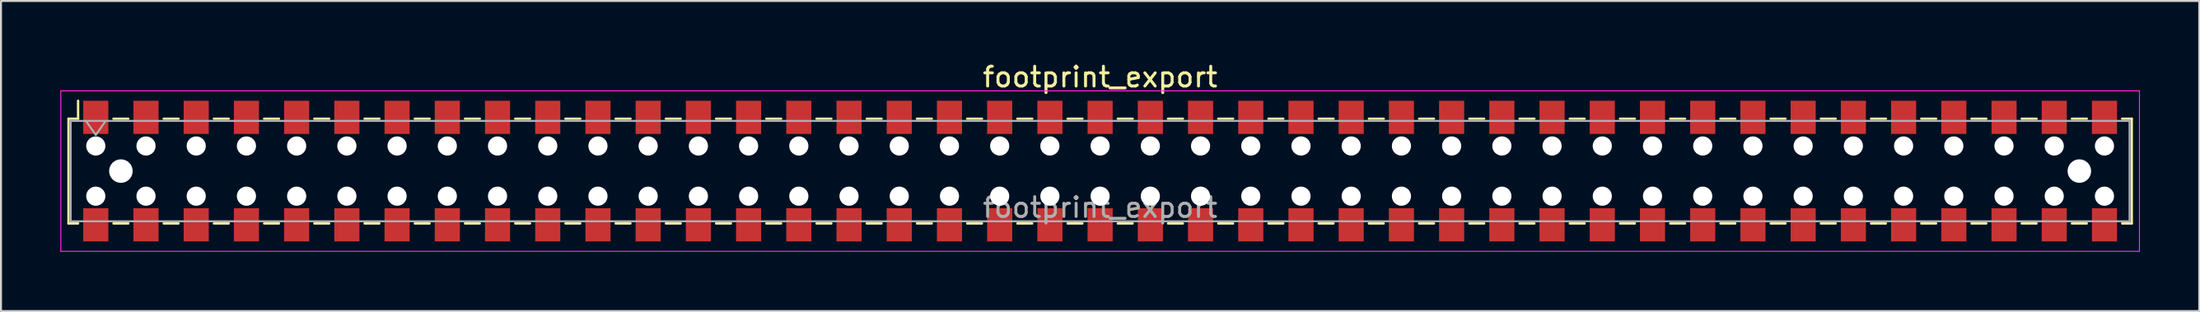
<source format=kicad_pcb>
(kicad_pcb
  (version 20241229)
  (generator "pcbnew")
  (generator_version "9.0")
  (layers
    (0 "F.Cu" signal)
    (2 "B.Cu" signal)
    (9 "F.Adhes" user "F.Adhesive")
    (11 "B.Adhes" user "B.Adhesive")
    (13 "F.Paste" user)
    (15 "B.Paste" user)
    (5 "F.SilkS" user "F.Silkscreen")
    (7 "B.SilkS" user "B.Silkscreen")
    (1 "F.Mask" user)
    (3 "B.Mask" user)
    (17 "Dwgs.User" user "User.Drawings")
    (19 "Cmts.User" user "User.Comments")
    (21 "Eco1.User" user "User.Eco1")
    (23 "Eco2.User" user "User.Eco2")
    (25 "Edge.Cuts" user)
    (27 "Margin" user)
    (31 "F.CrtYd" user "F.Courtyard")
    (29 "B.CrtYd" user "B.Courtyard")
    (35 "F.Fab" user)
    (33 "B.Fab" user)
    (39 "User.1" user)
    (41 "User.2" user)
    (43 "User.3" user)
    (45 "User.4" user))
  (footprint "footprint_export"
    (layer "F.Cu")
    (at 52.595 5.608)
    (property "Reference" "footprint_export" (at 0 -4.76 0) (layer "F.SilkS") (effects (font (size 1 1) (thickness 0.15))))
    (attr smd)
    (fp_line (start -52.18 -2.65) (end -52.18 2.65) (stroke (width 0.12) (type solid)) (layer "F.SilkS"))
    (fp_line (start -52.18 2.65) (end -51.695 2.65) (stroke (width 0.12) (type solid)) (layer "F.SilkS"))
    (fp_line (start -51.695 -3.56) (end -51.695 -2.65) (stroke (width 0.12) (type solid)) (layer "F.SilkS"))
    (fp_line (start -51.695 -2.65) (end -52.18 -2.65) (stroke (width 0.12) (type solid)) (layer "F.SilkS"))
    (fp_line (start -49.905 -2.65) (end -49.155 -2.65) (stroke (width 0.12) (type solid)) (layer "F.SilkS"))
    (fp_line (start -49.905 2.65) (end -49.155 2.65) (stroke (width 0.12) (type solid)) (layer "F.SilkS"))
    (fp_line (start -47.365 -2.65) (end -46.615 -2.65) (stroke (width 0.12) (type solid)) (layer "F.SilkS"))
    (fp_line (start -47.365 2.65) (end -46.615 2.65) (stroke (width 0.12) (type solid)) (layer "F.SilkS"))
    (fp_line (start -44.825 -2.65) (end -44.075 -2.65) (stroke (width 0.12) (type solid)) (layer "F.SilkS"))
    (fp_line (start -44.825 2.65) (end -44.075 2.65) (stroke (width 0.12) (type solid)) (layer "F.SilkS"))
    (fp_line (start -42.285 -2.65) (end -41.535 -2.65) (stroke (width 0.12) (type solid)) (layer "F.SilkS"))
    (fp_line (start -42.285 2.65) (end -41.535 2.65) (stroke (width 0.12) (type solid)) (layer "F.SilkS"))
    (fp_line (start -39.745 -2.65) (end -38.995 -2.65) (stroke (width 0.12) (type solid)) (layer "F.SilkS"))
    (fp_line (start -39.745 2.65) (end -38.995 2.65) (stroke (width 0.12) (type solid)) (layer "F.SilkS"))
    (fp_line (start -37.205 -2.65) (end -36.455 -2.65) (stroke (width 0.12) (type solid)) (layer "F.SilkS"))
    (fp_line (start -37.205 2.65) (end -36.455 2.65) (stroke (width 0.12) (type solid)) (layer "F.SilkS"))
    (fp_line (start -34.665 -2.65) (end -33.915 -2.65) (stroke (width 0.12) (type solid)) (layer "F.SilkS"))
    (fp_line (start -34.665 2.65) (end -33.915 2.65) (stroke (width 0.12) (type solid)) (layer "F.SilkS"))
    (fp_line (start -32.125 -2.65) (end -31.375 -2.65) (stroke (width 0.12) (type solid)) (layer "F.SilkS"))
    (fp_line (start -32.125 2.65) (end -31.375 2.65) (stroke (width 0.12) (type solid)) (layer "F.SilkS"))
    (fp_line (start -29.585 -2.65) (end -28.835 -2.65) (stroke (width 0.12) (type solid)) (layer "F.SilkS"))
    (fp_line (start -29.585 2.65) (end -28.835 2.65) (stroke (width 0.12) (type solid)) (layer "F.SilkS"))
    (fp_line (start -27.045 -2.65) (end -26.295 -2.65) (stroke (width 0.12) (type solid)) (layer "F.SilkS"))
    (fp_line (start -27.045 2.65) (end -26.295 2.65) (stroke (width 0.12) (type solid)) (layer "F.SilkS"))
    (fp_line (start -24.505 -2.65) (end -23.755 -2.65) (stroke (width 0.12) (type solid)) (layer "F.SilkS"))
    (fp_line (start -24.505 2.65) (end -23.755 2.65) (stroke (width 0.12) (type solid)) (layer "F.SilkS"))
    (fp_line (start -21.965 -2.65) (end -21.215 -2.65) (stroke (width 0.12) (type solid)) (layer "F.SilkS"))
    (fp_line (start -21.965 2.65) (end -21.215 2.65) (stroke (width 0.12) (type solid)) (layer "F.SilkS"))
    (fp_line (start -19.425 -2.65) (end -18.675 -2.65) (stroke (width 0.12) (type solid)) (layer "F.SilkS"))
    (fp_line (start -19.425 2.65) (end -18.675 2.65) (stroke (width 0.12) (type solid)) (layer "F.SilkS"))
    (fp_line (start -16.885 -2.65) (end -16.135 -2.65) (stroke (width 0.12) (type solid)) (layer "F.SilkS"))
    (fp_line (start -16.885 2.65) (end -16.135 2.65) (stroke (width 0.12) (type solid)) (layer "F.SilkS"))
    (fp_line (start -14.345 -2.65) (end -13.595 -2.65) (stroke (width 0.12) (type solid)) (layer "F.SilkS"))
    (fp_line (start -14.345 2.65) (end -13.595 2.65) (stroke (width 0.12) (type solid)) (layer "F.SilkS"))
    (fp_line (start -11.805 -2.65) (end -11.055 -2.65) (stroke (width 0.12) (type solid)) (layer "F.SilkS"))
    (fp_line (start -11.805 2.65) (end -11.055 2.65) (stroke (width 0.12) (type solid)) (layer "F.SilkS"))
    (fp_line (start -9.265 -2.65) (end -8.515 -2.65) (stroke (width 0.12) (type solid)) (layer "F.SilkS"))
    (fp_line (start -9.265 2.65) (end -8.515 2.65) (stroke (width 0.12) (type solid)) (layer "F.SilkS"))
    (fp_line (start -6.725 -2.65) (end -5.975 -2.65) (stroke (width 0.12) (type solid)) (layer "F.SilkS"))
    (fp_line (start -6.725 2.65) (end -5.975 2.65) (stroke (width 0.12) (type solid)) (layer "F.SilkS"))
    (fp_line (start -4.185 -2.65) (end -3.435 -2.65) (stroke (width 0.12) (type solid)) (layer "F.SilkS"))
    (fp_line (start -4.185 2.65) (end -3.435 2.65) (stroke (width 0.12) (type solid)) (layer "F.SilkS"))
    (fp_line (start -1.645 -2.65) (end -0.895 -2.65) (stroke (width 0.12) (type solid)) (layer "F.SilkS"))
    (fp_line (start -1.645 2.65) (end -0.895 2.65) (stroke (width 0.12) (type solid)) (layer "F.SilkS"))
    (fp_line (start 0.895 -2.65) (end 1.645 -2.65) (stroke (width 0.12) (type solid)) (layer "F.SilkS"))
    (fp_line (start 0.895 2.65) (end 1.645 2.65) (stroke (width 0.12) (type solid)) (layer "F.SilkS"))
    (fp_line (start 3.435 -2.65) (end 4.185 -2.65) (stroke (width 0.12) (type solid)) (layer "F.SilkS"))
    (fp_line (start 3.435 2.65) (end 4.185 2.65) (stroke (width 0.12) (type solid)) (layer "F.SilkS"))
    (fp_line (start 5.975 -2.65) (end 6.725 -2.65) (stroke (width 0.12) (type solid)) (layer "F.SilkS"))
    (fp_line (start 5.975 2.65) (end 6.725 2.65) (stroke (width 0.12) (type solid)) (layer "F.SilkS"))
    (fp_line (start 8.515 -2.65) (end 9.265 -2.65) (stroke (width 0.12) (type solid)) (layer "F.SilkS"))
    (fp_line (start 8.515 2.65) (end 9.265 2.65) (stroke (width 0.12) (type solid)) (layer "F.SilkS"))
    (fp_line (start 11.055 -2.65) (end 11.805 -2.65) (stroke (width 0.12) (type solid)) (layer "F.SilkS"))
    (fp_line (start 11.055 2.65) (end 11.805 2.65) (stroke (width 0.12) (type solid)) (layer "F.SilkS"))
    (fp_line (start 13.595 -2.65) (end 14.345 -2.65) (stroke (width 0.12) (type solid)) (layer "F.SilkS"))
    (fp_line (start 13.595 2.65) (end 14.345 2.65) (stroke (width 0.12) (type solid)) (layer "F.SilkS"))
    (fp_line (start 16.135 -2.65) (end 16.885 -2.65) (stroke (width 0.12) (type solid)) (layer "F.SilkS"))
    (fp_line (start 16.135 2.65) (end 16.885 2.65) (stroke (width 0.12) (type solid)) (layer "F.SilkS"))
    (fp_line (start 18.675 -2.65) (end 19.425 -2.65) (stroke (width 0.12) (type solid)) (layer "F.SilkS"))
    (fp_line (start 18.675 2.65) (end 19.425 2.65) (stroke (width 0.12) (type solid)) (layer "F.SilkS"))
    (fp_line (start 21.215 -2.65) (end 21.965 -2.65) (stroke (width 0.12) (type solid)) (layer "F.SilkS"))
    (fp_line (start 21.215 2.65) (end 21.965 2.65) (stroke (width 0.12) (type solid)) (layer "F.SilkS"))
    (fp_line (start 23.755 -2.65) (end 24.505 -2.65) (stroke (width 0.12) (type solid)) (layer "F.SilkS"))
    (fp_line (start 23.755 2.65) (end 24.505 2.65) (stroke (width 0.12) (type solid)) (layer "F.SilkS"))
    (fp_line (start 26.295 -2.65) (end 27.045 -2.65) (stroke (width 0.12) (type solid)) (layer "F.SilkS"))
    (fp_line (start 26.295 2.65) (end 27.045 2.65) (stroke (width 0.12) (type solid)) (layer "F.SilkS"))
    (fp_line (start 28.835 -2.65) (end 29.585 -2.65) (stroke (width 0.12) (type solid)) (layer "F.SilkS"))
    (fp_line (start 28.835 2.65) (end 29.585 2.65) (stroke (width 0.12) (type solid)) (layer "F.SilkS"))
    (fp_line (start 31.375 -2.65) (end 32.125 -2.65) (stroke (width 0.12) (type solid)) (layer "F.SilkS"))
    (fp_line (start 31.375 2.65) (end 32.125 2.65) (stroke (width 0.12) (type solid)) (layer "F.SilkS"))
    (fp_line (start 33.915 -2.65) (end 34.665 -2.65) (stroke (width 0.12) (type solid)) (layer "F.SilkS"))
    (fp_line (start 33.915 2.65) (end 34.665 2.65) (stroke (width 0.12) (type solid)) (layer "F.SilkS"))
    (fp_line (start 36.455 -2.65) (end 37.205 -2.65) (stroke (width 0.12) (type solid)) (layer "F.SilkS"))
    (fp_line (start 36.455 2.65) (end 37.205 2.65) (stroke (width 0.12) (type solid)) (layer "F.SilkS"))
    (fp_line (start 38.995 -2.65) (end 39.745 -2.65) (stroke (width 0.12) (type solid)) (layer "F.SilkS"))
    (fp_line (start 38.995 2.65) (end 39.745 2.65) (stroke (width 0.12) (type solid)) (layer "F.SilkS"))
    (fp_line (start 41.535 -2.65) (end 42.285 -2.65) (stroke (width 0.12) (type solid)) (layer "F.SilkS"))
    (fp_line (start 41.535 2.65) (end 42.285 2.65) (stroke (width 0.12) (type solid)) (layer "F.SilkS"))
    (fp_line (start 44.075 -2.65) (end 44.825 -2.65) (stroke (width 0.12) (type solid)) (layer "F.SilkS"))
    (fp_line (start 44.075 2.65) (end 44.825 2.65) (stroke (width 0.12) (type solid)) (layer "F.SilkS"))
    (fp_line (start 46.615 -2.65) (end 47.365 -2.65) (stroke (width 0.12) (type solid)) (layer "F.SilkS"))
    (fp_line (start 46.615 2.65) (end 47.365 2.65) (stroke (width 0.12) (type solid)) (layer "F.SilkS"))
    (fp_line (start 49.155 -2.65) (end 49.905 -2.65) (stroke (width 0.12) (type solid)) (layer "F.SilkS"))
    (fp_line (start 49.155 2.65) (end 49.905 2.65) (stroke (width 0.12) (type solid)) (layer "F.SilkS"))
    (fp_line (start 51.695 -2.65) (end 52.18 -2.65) (stroke (width 0.12) (type solid)) (layer "F.SilkS"))
    (fp_line (start 52.18 -2.65) (end 52.18 2.65) (stroke (width 0.12) (type solid)) (layer "F.SilkS"))
    (fp_line (start 52.18 2.65) (end 51.695 2.65) (stroke (width 0.12) (type solid)) (layer "F.SilkS"))
    (fp_line (start -52.57 -4.06) (end 52.57 -4.06) (stroke (width 0.05) (type solid)) (layer "F.CrtYd"))
    (fp_line (start -52.57 4.06) (end -52.57 -4.06) (stroke (width 0.05) (type solid)) (layer "F.CrtYd"))
    (fp_line (start 52.57 -4.06) (end 52.57 4.06) (stroke (width 0.05) (type solid)) (layer "F.CrtYd"))
    (fp_line (start 52.57 4.06) (end -52.57 4.06) (stroke (width 0.05) (type solid)) (layer "F.CrtYd"))
    (fp_line (start -52.07 -2.54) (end 52.07 -2.54) (stroke (width 0.1) (type solid)) (layer "F.Fab"))
    (fp_line (start -52.07 2.54) (end -52.07 -2.54) (stroke (width 0.1) (type solid)) (layer "F.Fab"))
    (fp_line (start -51.3 -2.54) (end -50.8 -1.833) (stroke (width 0.1) (type solid)) (layer "F.Fab"))
    (fp_line (start -50.8 -1.833) (end -50.3 -2.54) (stroke (width 0.1) (type solid)) (layer "F.Fab"))
    (fp_line (start 52.07 -2.54) (end 52.07 2.54) (stroke (width 0.1) (type solid)) (layer "F.Fab"))
    (fp_line (start 52.07 2.54) (end -52.07 2.54) (stroke (width 0.1) (type solid)) (layer "F.Fab"))
    (fp_text user "${REFERENCE}" (at 0 1.84 0) (layer "F.Fab") (effects (font (size 1 1) (thickness 0.15))))
    (pad "" np_thru_hole circle (at -50.8 -1.27) (size 0.97 0.97) (drill 0.97) (layers "*.Cu" "*.Mask"))
    (pad "" np_thru_hole circle (at -50.8 1.27) (size 0.97 0.97) (drill 0.97) (layers "*.Cu" "*.Mask"))
    (pad "" np_thru_hole circle (at -49.53 0) (size 1.19 1.19) (drill 1.19) (layers "*.Cu" "*.Mask"))
    (pad "" np_thru_hole circle (at -48.26 -1.27) (size 0.97 0.97) (drill 0.97) (layers "*.Cu" "*.Mask"))
    (pad "" np_thru_hole circle (at -48.26 1.27) (size 0.97 0.97) (drill 0.97) (layers "*.Cu" "*.Mask"))
    (pad "" np_thru_hole circle (at -45.72 -1.27) (size 0.97 0.97) (drill 0.97) (layers "*.Cu" "*.Mask"))
    (pad "" np_thru_hole circle (at -45.72 1.27) (size 0.97 0.97) (drill 0.97) (layers "*.Cu" "*.Mask"))
    (pad "" np_thru_hole circle (at -43.18 -1.27) (size 0.97 0.97) (drill 0.97) (layers "*.Cu" "*.Mask"))
    (pad "" np_thru_hole circle (at -43.18 1.27) (size 0.97 0.97) (drill 0.97) (layers "*.Cu" "*.Mask"))
    (pad "" np_thru_hole circle (at -40.64 -1.27) (size 0.97 0.97) (drill 0.97) (layers "*.Cu" "*.Mask"))
    (pad "" np_thru_hole circle (at -40.64 1.27) (size 0.97 0.97) (drill 0.97) (layers "*.Cu" "*.Mask"))
    (pad "" np_thru_hole circle (at -38.1 -1.27) (size 0.97 0.97) (drill 0.97) (layers "*.Cu" "*.Mask"))
    (pad "" np_thru_hole circle (at -38.1 1.27) (size 0.97 0.97) (drill 0.97) (layers "*.Cu" "*.Mask"))
    (pad "" np_thru_hole circle (at -35.56 -1.27) (size 0.97 0.97) (drill 0.97) (layers "*.Cu" "*.Mask"))
    (pad "" np_thru_hole circle (at -35.56 1.27) (size 0.97 0.97) (drill 0.97) (layers "*.Cu" "*.Mask"))
    (pad "" np_thru_hole circle (at -33.02 -1.27) (size 0.97 0.97) (drill 0.97) (layers "*.Cu" "*.Mask"))
    (pad "" np_thru_hole circle (at -33.02 1.27) (size 0.97 0.97) (drill 0.97) (layers "*.Cu" "*.Mask"))
    (pad "" np_thru_hole circle (at -30.48 -1.27) (size 0.97 0.97) (drill 0.97) (layers "*.Cu" "*.Mask"))
    (pad "" np_thru_hole circle (at -30.48 1.27) (size 0.97 0.97) (drill 0.97) (layers "*.Cu" "*.Mask"))
    (pad "" np_thru_hole circle (at -27.94 -1.27) (size 0.97 0.97) (drill 0.97) (layers "*.Cu" "*.Mask"))
    (pad "" np_thru_hole circle (at -27.94 1.27) (size 0.97 0.97) (drill 0.97) (layers "*.Cu" "*.Mask"))
    (pad "" np_thru_hole circle (at -25.4 -1.27) (size 0.97 0.97) (drill 0.97) (layers "*.Cu" "*.Mask"))
    (pad "" np_thru_hole circle (at -25.4 1.27) (size 0.97 0.97) (drill 0.97) (layers "*.Cu" "*.Mask"))
    (pad "" np_thru_hole circle (at -22.86 -1.27) (size 0.97 0.97) (drill 0.97) (layers "*.Cu" "*.Mask"))
    (pad "" np_thru_hole circle (at -22.86 1.27) (size 0.97 0.97) (drill 0.97) (layers "*.Cu" "*.Mask"))
    (pad "" np_thru_hole circle (at -20.32 -1.27) (size 0.97 0.97) (drill 0.97) (layers "*.Cu" "*.Mask"))
    (pad "" np_thru_hole circle (at -20.32 1.27) (size 0.97 0.97) (drill 0.97) (layers "*.Cu" "*.Mask"))
    (pad "" np_thru_hole circle (at -17.78 -1.27) (size 0.97 0.97) (drill 0.97) (layers "*.Cu" "*.Mask"))
    (pad "" np_thru_hole circle (at -17.78 1.27) (size 0.97 0.97) (drill 0.97) (layers "*.Cu" "*.Mask"))
    (pad "" np_thru_hole circle (at -15.24 -1.27) (size 0.97 0.97) (drill 0.97) (layers "*.Cu" "*.Mask"))
    (pad "" np_thru_hole circle (at -15.24 1.27) (size 0.97 0.97) (drill 0.97) (layers "*.Cu" "*.Mask"))
    (pad "" np_thru_hole circle (at -12.7 -1.27) (size 0.97 0.97) (drill 0.97) (layers "*.Cu" "*.Mask"))
    (pad "" np_thru_hole circle (at -12.7 1.27) (size 0.97 0.97) (drill 0.97) (layers "*.Cu" "*.Mask"))
    (pad "" np_thru_hole circle (at -10.16 -1.27) (size 0.97 0.97) (drill 0.97) (layers "*.Cu" "*.Mask"))
    (pad "" np_thru_hole circle (at -10.16 1.27) (size 0.97 0.97) (drill 0.97) (layers "*.Cu" "*.Mask"))
    (pad "" np_thru_hole circle (at -7.62 -1.27) (size 0.97 0.97) (drill 0.97) (layers "*.Cu" "*.Mask"))
    (pad "" np_thru_hole circle (at -7.62 1.27) (size 0.97 0.97) (drill 0.97) (layers "*.Cu" "*.Mask"))
    (pad "" np_thru_hole circle (at -5.08 -1.27) (size 0.97 0.97) (drill 0.97) (layers "*.Cu" "*.Mask"))
    (pad "" np_thru_hole circle (at -5.08 1.27) (size 0.97 0.97) (drill 0.97) (layers "*.Cu" "*.Mask"))
    (pad "" np_thru_hole circle (at -2.54 -1.27) (size 0.97 0.97) (drill 0.97) (layers "*.Cu" "*.Mask"))
    (pad "" np_thru_hole circle (at -2.54 1.27) (size 0.97 0.97) (drill 0.97) (layers "*.Cu" "*.Mask"))
    (pad "" np_thru_hole circle (at 0 -1.27) (size 0.97 0.97) (drill 0.97) (layers "*.Cu" "*.Mask"))
    (pad "" np_thru_hole circle (at 0 1.27) (size 0.97 0.97) (drill 0.97) (layers "*.Cu" "*.Mask"))
    (pad "" np_thru_hole circle (at 2.54 -1.27) (size 0.97 0.97) (drill 0.97) (layers "*.Cu" "*.Mask"))
    (pad "" np_thru_hole circle (at 2.54 1.27) (size 0.97 0.97) (drill 0.97) (layers "*.Cu" "*.Mask"))
    (pad "" np_thru_hole circle (at 5.08 -1.27) (size 0.97 0.97) (drill 0.97) (layers "*.Cu" "*.Mask"))
    (pad "" np_thru_hole circle (at 5.08 1.27) (size 0.97 0.97) (drill 0.97) (layers "*.Cu" "*.Mask"))
    (pad "" np_thru_hole circle (at 7.62 -1.27) (size 0.97 0.97) (drill 0.97) (layers "*.Cu" "*.Mask"))
    (pad "" np_thru_hole circle (at 7.62 1.27) (size 0.97 0.97) (drill 0.97) (layers "*.Cu" "*.Mask"))
    (pad "" np_thru_hole circle (at 10.16 -1.27) (size 0.97 0.97) (drill 0.97) (layers "*.Cu" "*.Mask"))
    (pad "" np_thru_hole circle (at 10.16 1.27) (size 0.97 0.97) (drill 0.97) (layers "*.Cu" "*.Mask"))
    (pad "" np_thru_hole circle (at 12.7 -1.27) (size 0.97 0.97) (drill 0.97) (layers "*.Cu" "*.Mask"))
    (pad "" np_thru_hole circle (at 12.7 1.27) (size 0.97 0.97) (drill 0.97) (layers "*.Cu" "*.Mask"))
    (pad "" np_thru_hole circle (at 15.24 -1.27) (size 0.97 0.97) (drill 0.97) (layers "*.Cu" "*.Mask"))
    (pad "" np_thru_hole circle (at 15.24 1.27) (size 0.97 0.97) (drill 0.97) (layers "*.Cu" "*.Mask"))
    (pad "" np_thru_hole circle (at 17.78 -1.27) (size 0.97 0.97) (drill 0.97) (layers "*.Cu" "*.Mask"))
    (pad "" np_thru_hole circle (at 17.78 1.27) (size 0.97 0.97) (drill 0.97) (layers "*.Cu" "*.Mask"))
    (pad "" np_thru_hole circle (at 20.32 -1.27) (size 0.97 0.97) (drill 0.97) (layers "*.Cu" "*.Mask"))
    (pad "" np_thru_hole circle (at 20.32 1.27) (size 0.97 0.97) (drill 0.97) (layers "*.Cu" "*.Mask"))
    (pad "" np_thru_hole circle (at 22.86 -1.27) (size 0.97 0.97) (drill 0.97) (layers "*.Cu" "*.Mask"))
    (pad "" np_thru_hole circle (at 22.86 1.27) (size 0.97 0.97) (drill 0.97) (layers "*.Cu" "*.Mask"))
    (pad "" np_thru_hole circle (at 25.4 -1.27) (size 0.97 0.97) (drill 0.97) (layers "*.Cu" "*.Mask"))
    (pad "" np_thru_hole circle (at 25.4 1.27) (size 0.97 0.97) (drill 0.97) (layers "*.Cu" "*.Mask"))
    (pad "" np_thru_hole circle (at 27.94 -1.27) (size 0.97 0.97) (drill 0.97) (layers "*.Cu" "*.Mask"))
    (pad "" np_thru_hole circle (at 27.94 1.27) (size 0.97 0.97) (drill 0.97) (layers "*.Cu" "*.Mask"))
    (pad "" np_thru_hole circle (at 30.48 -1.27) (size 0.97 0.97) (drill 0.97) (layers "*.Cu" "*.Mask"))
    (pad "" np_thru_hole circle (at 30.48 1.27) (size 0.97 0.97) (drill 0.97) (layers "*.Cu" "*.Mask"))
    (pad "" np_thru_hole circle (at 33.02 -1.27) (size 0.97 0.97) (drill 0.97) (layers "*.Cu" "*.Mask"))
    (pad "" np_thru_hole circle (at 33.02 1.27) (size 0.97 0.97) (drill 0.97) (layers "*.Cu" "*.Mask"))
    (pad "" np_thru_hole circle (at 35.56 -1.27) (size 0.97 0.97) (drill 0.97) (layers "*.Cu" "*.Mask"))
    (pad "" np_thru_hole circle (at 35.56 1.27) (size 0.97 0.97) (drill 0.97) (layers "*.Cu" "*.Mask"))
    (pad "" np_thru_hole circle (at 38.1 -1.27) (size 0.97 0.97) (drill 0.97) (layers "*.Cu" "*.Mask"))
    (pad "" np_thru_hole circle (at 38.1 1.27) (size 0.97 0.97) (drill 0.97) (layers "*.Cu" "*.Mask"))
    (pad "" np_thru_hole circle (at 40.64 -1.27) (size 0.97 0.97) (drill 0.97) (layers "*.Cu" "*.Mask"))
    (pad "" np_thru_hole circle (at 40.64 1.27) (size 0.97 0.97) (drill 0.97) (layers "*.Cu" "*.Mask"))
    (pad "" np_thru_hole circle (at 43.18 -1.27) (size 0.97 0.97) (drill 0.97) (layers "*.Cu" "*.Mask"))
    (pad "" np_thru_hole circle (at 43.18 1.27) (size 0.97 0.97) (drill 0.97) (layers "*.Cu" "*.Mask"))
    (pad "" np_thru_hole circle (at 45.72 -1.27) (size 0.97 0.97) (drill 0.97) (layers "*.Cu" "*.Mask"))
    (pad "" np_thru_hole circle (at 45.72 1.27) (size 0.97 0.97) (drill 0.97) (layers "*.Cu" "*.Mask"))
    (pad "" np_thru_hole circle (at 48.26 -1.27) (size 0.97 0.97) (drill 0.97) (layers "*.Cu" "*.Mask"))
    (pad "" np_thru_hole circle (at 48.26 1.27) (size 0.97 0.97) (drill 0.97) (layers "*.Cu" "*.Mask"))
    (pad "" np_thru_hole circle (at 49.53 0) (size 1.19 1.19) (drill 1.19) (layers "*.Cu" "*.Mask"))
    (pad "" np_thru_hole circle (at 50.8 -1.27) (size 0.97 0.97) (drill 0.97) (layers "*.Cu" "*.Mask"))
    (pad "" np_thru_hole circle (at 50.8 1.27) (size 0.97 0.97) (drill 0.97) (layers "*.Cu" "*.Mask"))
    (pad "1" smd rect (at -50.8 -2.72) (size 1.27 1.68) (layers "F.Cu" "F.Mask" "F.Paste"))
    (pad "2" smd rect (at -50.8 2.72) (size 1.27 1.68) (layers "F.Cu" "F.Mask" "F.Paste"))
    (pad "3" smd rect (at -48.26 -2.72) (size 1.27 1.68) (layers "F.Cu" "F.Mask" "F.Paste"))
    (pad "4" smd rect (at -48.26 2.72) (size 1.27 1.68) (layers "F.Cu" "F.Mask" "F.Paste"))
    (pad "5" smd rect (at -45.72 -2.72) (size 1.27 1.68) (layers "F.Cu" "F.Mask" "F.Paste"))
    (pad "6" smd rect (at -45.72 2.72) (size 1.27 1.68) (layers "F.Cu" "F.Mask" "F.Paste"))
    (pad "7" smd rect (at -43.18 -2.72) (size 1.27 1.68) (layers "F.Cu" "F.Mask" "F.Paste"))
    (pad "8" smd rect (at -43.18 2.72) (size 1.27 1.68) (layers "F.Cu" "F.Mask" "F.Paste"))
    (pad "9" smd rect (at -40.64 -2.72) (size 1.27 1.68) (layers "F.Cu" "F.Mask" "F.Paste"))
    (pad "10" smd rect (at -40.64 2.72) (size 1.27 1.68) (layers "F.Cu" "F.Mask" "F.Paste"))
    (pad "11" smd rect (at -38.1 -2.72) (size 1.27 1.68) (layers "F.Cu" "F.Mask" "F.Paste"))
    (pad "12" smd rect (at -38.1 2.72) (size 1.27 1.68) (layers "F.Cu" "F.Mask" "F.Paste"))
    (pad "13" smd rect (at -35.56 -2.72) (size 1.27 1.68) (layers "F.Cu" "F.Mask" "F.Paste"))
    (pad "14" smd rect (at -35.56 2.72) (size 1.27 1.68) (layers "F.Cu" "F.Mask" "F.Paste"))
    (pad "15" smd rect (at -33.02 -2.72) (size 1.27 1.68) (layers "F.Cu" "F.Mask" "F.Paste"))
    (pad "16" smd rect (at -33.02 2.72) (size 1.27 1.68) (layers "F.Cu" "F.Mask" "F.Paste"))
    (pad "17" smd rect (at -30.48 -2.72) (size 1.27 1.68) (layers "F.Cu" "F.Mask" "F.Paste"))
    (pad "18" smd rect (at -30.48 2.72) (size 1.27 1.68) (layers "F.Cu" "F.Mask" "F.Paste"))
    (pad "19" smd rect (at -27.94 -2.72) (size 1.27 1.68) (layers "F.Cu" "F.Mask" "F.Paste"))
    (pad "20" smd rect (at -27.94 2.72) (size 1.27 1.68) (layers "F.Cu" "F.Mask" "F.Paste"))
    (pad "21" smd rect (at -25.4 -2.72) (size 1.27 1.68) (layers "F.Cu" "F.Mask" "F.Paste"))
    (pad "22" smd rect (at -25.4 2.72) (size 1.27 1.68) (layers "F.Cu" "F.Mask" "F.Paste"))
    (pad "23" smd rect (at -22.86 -2.72) (size 1.27 1.68) (layers "F.Cu" "F.Mask" "F.Paste"))
    (pad "24" smd rect (at -22.86 2.72) (size 1.27 1.68) (layers "F.Cu" "F.Mask" "F.Paste"))
    (pad "25" smd rect (at -20.32 -2.72) (size 1.27 1.68) (layers "F.Cu" "F.Mask" "F.Paste"))
    (pad "26" smd rect (at -20.32 2.72) (size 1.27 1.68) (layers "F.Cu" "F.Mask" "F.Paste"))
    (pad "27" smd rect (at -17.78 -2.72) (size 1.27 1.68) (layers "F.Cu" "F.Mask" "F.Paste"))
    (pad "28" smd rect (at -17.78 2.72) (size 1.27 1.68) (layers "F.Cu" "F.Mask" "F.Paste"))
    (pad "29" smd rect (at -15.24 -2.72) (size 1.27 1.68) (layers "F.Cu" "F.Mask" "F.Paste"))
    (pad "30" smd rect (at -15.24 2.72) (size 1.27 1.68) (layers "F.Cu" "F.Mask" "F.Paste"))
    (pad "31" smd rect (at -12.7 -2.72) (size 1.27 1.68) (layers "F.Cu" "F.Mask" "F.Paste"))
    (pad "32" smd rect (at -12.7 2.72) (size 1.27 1.68) (layers "F.Cu" "F.Mask" "F.Paste"))
    (pad "33" smd rect (at -10.16 -2.72) (size 1.27 1.68) (layers "F.Cu" "F.Mask" "F.Paste"))
    (pad "34" smd rect (at -10.16 2.72) (size 1.27 1.68) (layers "F.Cu" "F.Mask" "F.Paste"))
    (pad "35" smd rect (at -7.62 -2.72) (size 1.27 1.68) (layers "F.Cu" "F.Mask" "F.Paste"))
    (pad "36" smd rect (at -7.62 2.72) (size 1.27 1.68) (layers "F.Cu" "F.Mask" "F.Paste"))
    (pad "37" smd rect (at -5.08 -2.72) (size 1.27 1.68) (layers "F.Cu" "F.Mask" "F.Paste"))
    (pad "38" smd rect (at -5.08 2.72) (size 1.27 1.68) (layers "F.Cu" "F.Mask" "F.Paste"))
    (pad "39" smd rect (at -2.54 -2.72) (size 1.27 1.68) (layers "F.Cu" "F.Mask" "F.Paste"))
    (pad "40" smd rect (at -2.54 2.72) (size 1.27 1.68) (layers "F.Cu" "F.Mask" "F.Paste"))
    (pad "41" smd rect (at 0 -2.72) (size 1.27 1.68) (layers "F.Cu" "F.Mask" "F.Paste"))
    (pad "42" smd rect (at 0 2.72) (size 1.27 1.68) (layers "F.Cu" "F.Mask" "F.Paste"))
    (pad "43" smd rect (at 2.54 -2.72) (size 1.27 1.68) (layers "F.Cu" "F.Mask" "F.Paste"))
    (pad "44" smd rect (at 2.54 2.72) (size 1.27 1.68) (layers "F.Cu" "F.Mask" "F.Paste"))
    (pad "45" smd rect (at 5.08 -2.72) (size 1.27 1.68) (layers "F.Cu" "F.Mask" "F.Paste"))
    (pad "46" smd rect (at 5.08 2.72) (size 1.27 1.68) (layers "F.Cu" "F.Mask" "F.Paste"))
    (pad "47" smd rect (at 7.62 -2.72) (size 1.27 1.68) (layers "F.Cu" "F.Mask" "F.Paste"))
    (pad "48" smd rect (at 7.62 2.72) (size 1.27 1.68) (layers "F.Cu" "F.Mask" "F.Paste"))
    (pad "49" smd rect (at 10.16 -2.72) (size 1.27 1.68) (layers "F.Cu" "F.Mask" "F.Paste"))
    (pad "50" smd rect (at 10.16 2.72) (size 1.27 1.68) (layers "F.Cu" "F.Mask" "F.Paste"))
    (pad "51" smd rect (at 12.7 -2.72) (size 1.27 1.68) (layers "F.Cu" "F.Mask" "F.Paste"))
    (pad "52" smd rect (at 12.7 2.72) (size 1.27 1.68) (layers "F.Cu" "F.Mask" "F.Paste"))
    (pad "53" smd rect (at 15.24 -2.72) (size 1.27 1.68) (layers "F.Cu" "F.Mask" "F.Paste"))
    (pad "54" smd rect (at 15.24 2.72) (size 1.27 1.68) (layers "F.Cu" "F.Mask" "F.Paste"))
    (pad "55" smd rect (at 17.78 -2.72) (size 1.27 1.68) (layers "F.Cu" "F.Mask" "F.Paste"))
    (pad "56" smd rect (at 17.78 2.72) (size 1.27 1.68) (layers "F.Cu" "F.Mask" "F.Paste"))
    (pad "57" smd rect (at 20.32 -2.72) (size 1.27 1.68) (layers "F.Cu" "F.Mask" "F.Paste"))
    (pad "58" smd rect (at 20.32 2.72) (size 1.27 1.68) (layers "F.Cu" "F.Mask" "F.Paste"))
    (pad "59" smd rect (at 22.86 -2.72) (size 1.27 1.68) (layers "F.Cu" "F.Mask" "F.Paste"))
    (pad "60" smd rect (at 22.86 2.72) (size 1.27 1.68) (layers "F.Cu" "F.Mask" "F.Paste"))
    (pad "61" smd rect (at 25.4 -2.72) (size 1.27 1.68) (layers "F.Cu" "F.Mask" "F.Paste"))
    (pad "62" smd rect (at 25.4 2.72) (size 1.27 1.68) (layers "F.Cu" "F.Mask" "F.Paste"))
    (pad "63" smd rect (at 27.94 -2.72) (size 1.27 1.68) (layers "F.Cu" "F.Mask" "F.Paste"))
    (pad "64" smd rect (at 27.94 2.72) (size 1.27 1.68) (layers "F.Cu" "F.Mask" "F.Paste"))
    (pad "65" smd rect (at 30.48 -2.72) (size 1.27 1.68) (layers "F.Cu" "F.Mask" "F.Paste"))
    (pad "66" smd rect (at 30.48 2.72) (size 1.27 1.68) (layers "F.Cu" "F.Mask" "F.Paste"))
    (pad "67" smd rect (at 33.02 -2.72) (size 1.27 1.68) (layers "F.Cu" "F.Mask" "F.Paste"))
    (pad "68" smd rect (at 33.02 2.72) (size 1.27 1.68) (layers "F.Cu" "F.Mask" "F.Paste"))
    (pad "69" smd rect (at 35.56 -2.72) (size 1.27 1.68) (layers "F.Cu" "F.Mask" "F.Paste"))
    (pad "70" smd rect (at 35.56 2.72) (size 1.27 1.68) (layers "F.Cu" "F.Mask" "F.Paste"))
    (pad "71" smd rect (at 38.1 -2.72) (size 1.27 1.68) (layers "F.Cu" "F.Mask" "F.Paste"))
    (pad "72" smd rect (at 38.1 2.72) (size 1.27 1.68) (layers "F.Cu" "F.Mask" "F.Paste"))
    (pad "73" smd rect (at 40.64 -2.72) (size 1.27 1.68) (layers "F.Cu" "F.Mask" "F.Paste"))
    (pad "74" smd rect (at 40.64 2.72) (size 1.27 1.68) (layers "F.Cu" "F.Mask" "F.Paste"))
    (pad "75" smd rect (at 43.18 -2.72) (size 1.27 1.68) (layers "F.Cu" "F.Mask" "F.Paste"))
    (pad "76" smd rect (at 43.18 2.72) (size 1.27 1.68) (layers "F.Cu" "F.Mask" "F.Paste"))
    (pad "77" smd rect (at 45.72 -2.72) (size 1.27 1.68) (layers "F.Cu" "F.Mask" "F.Paste"))
    (pad "78" smd rect (at 45.72 2.72) (size 1.27 1.68) (layers "F.Cu" "F.Mask" "F.Paste"))
    (pad "79" smd rect (at 48.26 -2.72) (size 1.27 1.68) (layers "F.Cu" "F.Mask" "F.Paste"))
    (pad "80" smd rect (at 48.26 2.72) (size 1.27 1.68) (layers "F.Cu" "F.Mask" "F.Paste"))
    (pad "81" smd rect (at 50.8 -2.72) (size 1.27 1.68) (layers "F.Cu" "F.Mask" "F.Paste"))
    (pad "82" smd rect (at 50.8 2.72) (size 1.27 1.68) (layers "F.Cu" "F.Mask" "F.Paste")))
  (gr_rect
    (start -3 -3)
    (end 108.19 12.693)
    (stroke (width 0.1) (type default))
    (fill no)
    (layer "Edge.Cuts")))
</source>
